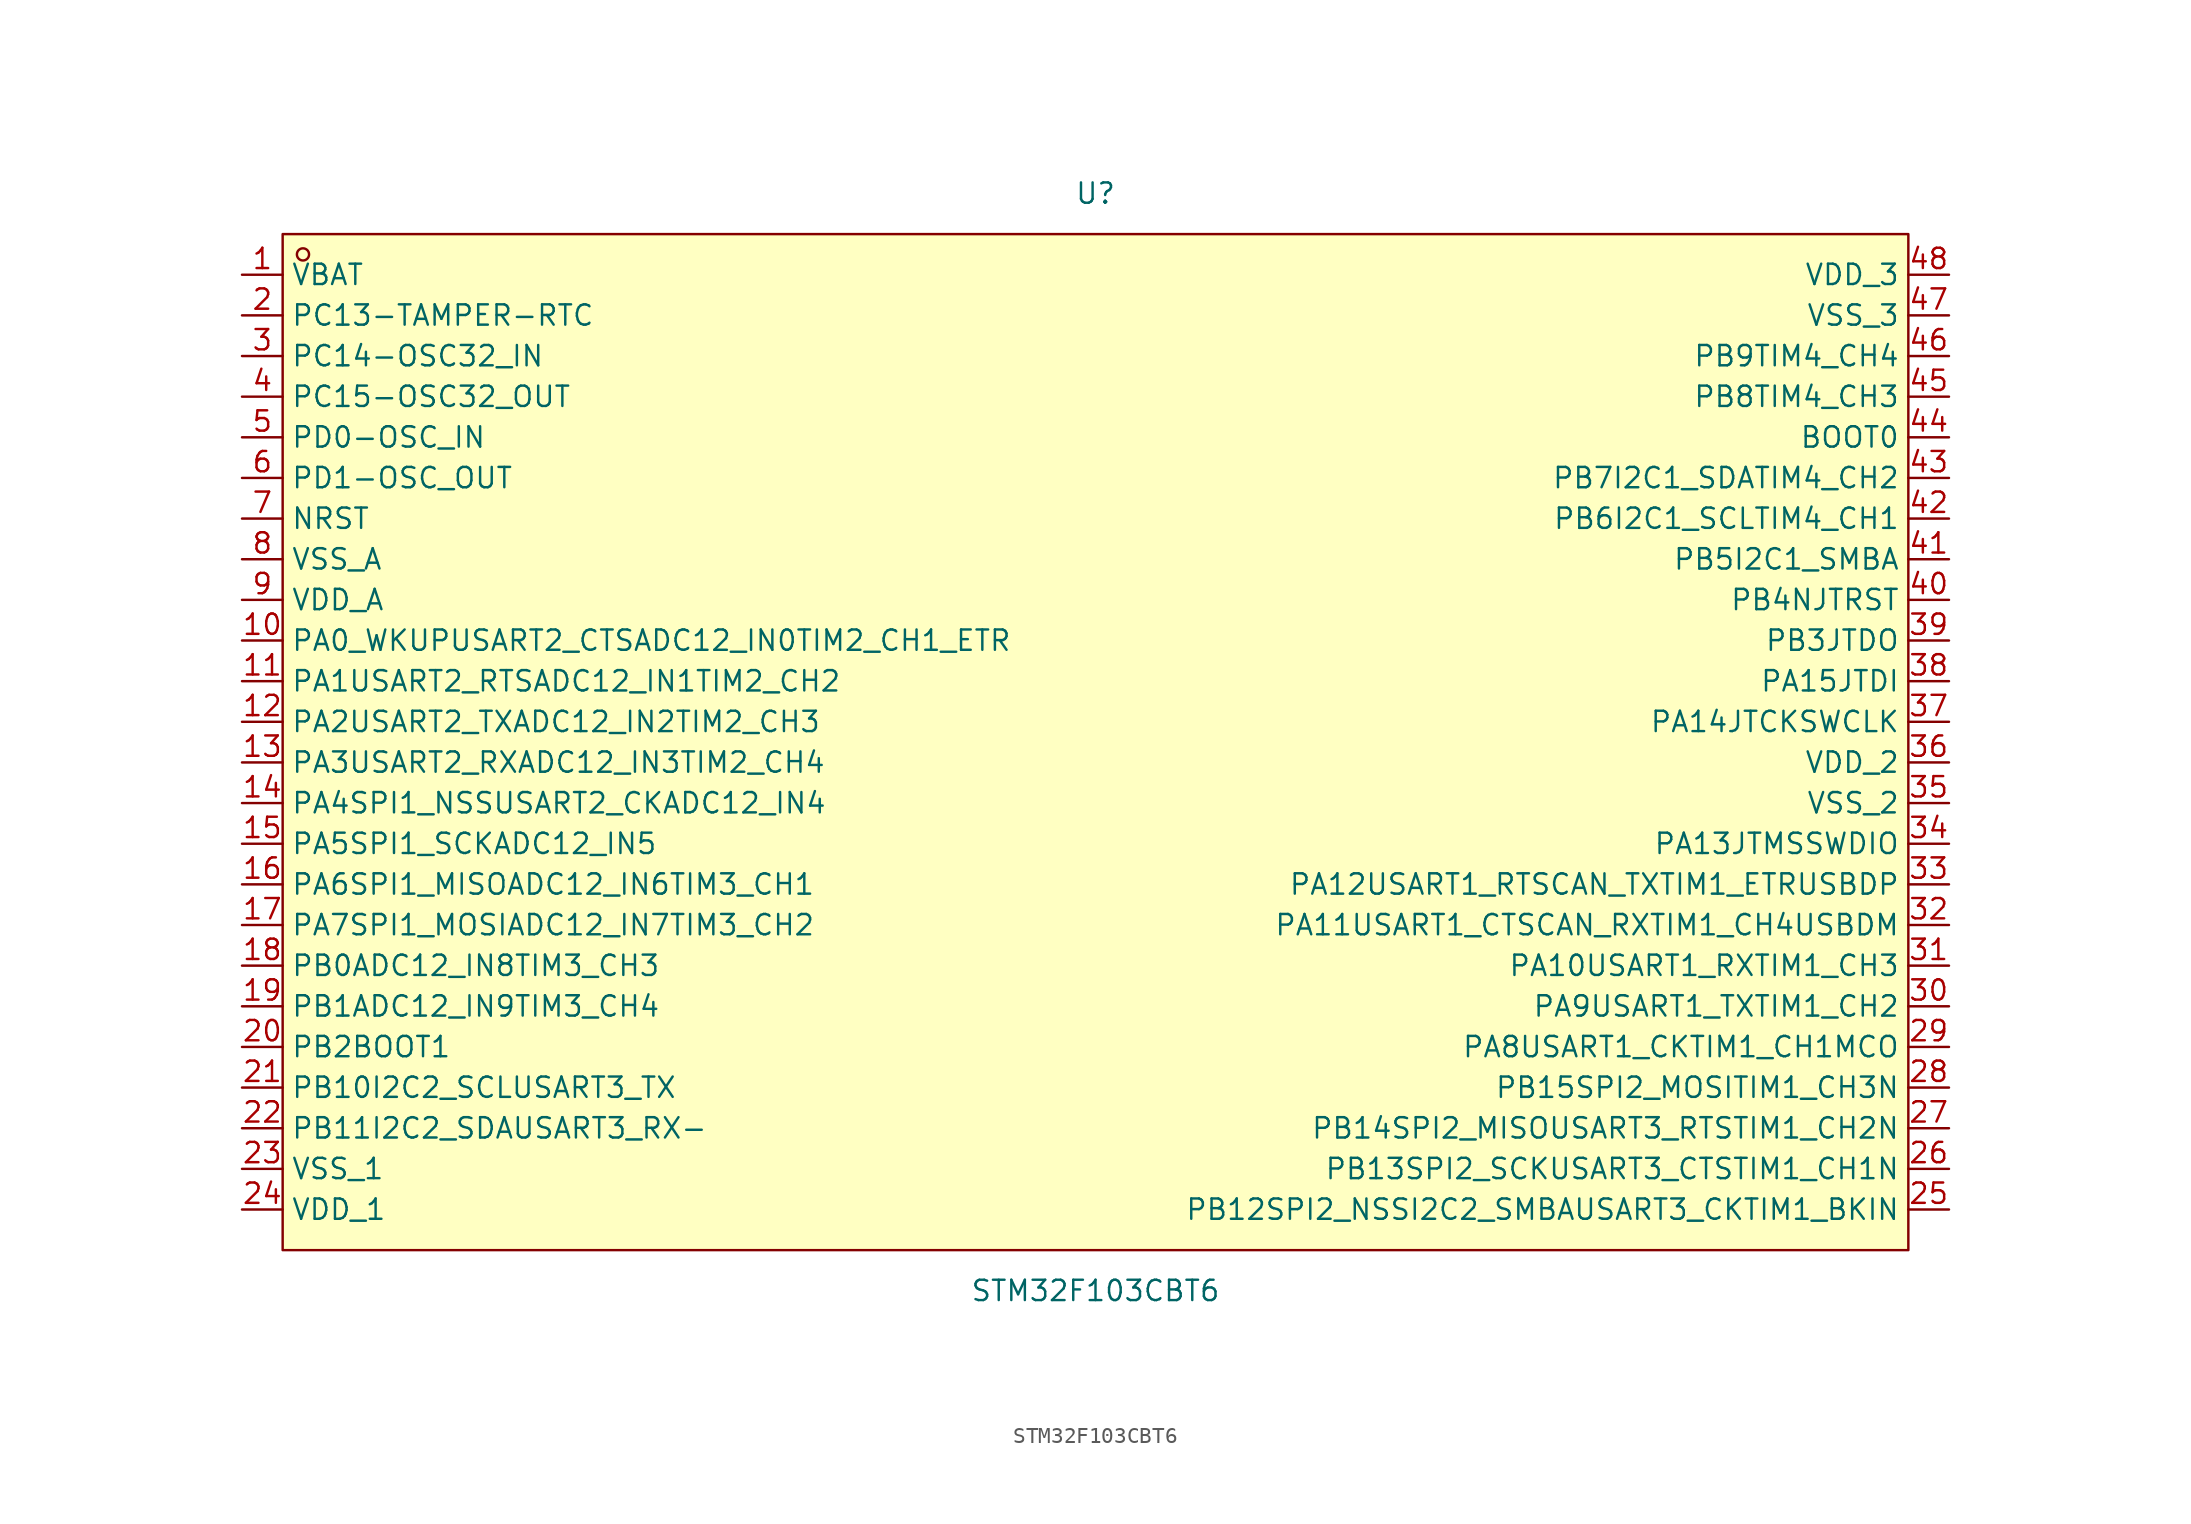
<source format=kicad_sym>
(kicad_symbol_lib
  (version 20211014)
  (generator https://github.com/uPesy/easyeda2kicad.py)
  (symbol "STM32F103CBT6"
    (property "Reference" "U"
      (at 0 34.29 0)
      (effects (font (size 1.27 1.27))))
    (property "Value" "STM32F103CBT6"
      (at 0 -34.29 0)
      (effects (font (size 1.27 1.27))))
    (symbol "STM32F103CBT6_0_1"
      (rectangle (start -50.80 31.75) (end 50.80 -31.75) (stroke (width 0) (type default) (color 0 0 0 0)) (fill (type background)))
      (circle (center -49.53 30.48) (radius 0.38) (stroke (width 0) (type default) (color 0 0 0 0)) (fill (type none)))
      (pin unspecified line (at -53.34 29.21 0) (length 2.54) (name "VBAT" (effects (font (size 1.27 1.27)))) (number "1" (effects (font (size 1.27 1.27)))))
      (pin unspecified line (at -53.34 26.67 0) (length 2.54) (name "PC13-TAMPER-RTC" (effects (font (size 1.27 1.27)))) (number "2" (effects (font (size 1.27 1.27)))))
      (pin unspecified line (at -53.34 24.13 0) (length 2.54) (name "PC14-OSC32_IN" (effects (font (size 1.27 1.27)))) (number "3" (effects (font (size 1.27 1.27)))))
      (pin unspecified line (at -53.34 21.59 0) (length 2.54) (name "PC15-OSC32_OUT" (effects (font (size 1.27 1.27)))) (number "4" (effects (font (size 1.27 1.27)))))
      (pin unspecified line (at -53.34 19.05 0) (length 2.54) (name "PD0-OSC_IN" (effects (font (size 1.27 1.27)))) (number "5" (effects (font (size 1.27 1.27)))))
      (pin unspecified line (at -53.34 16.51 0) (length 2.54) (name "PD1-OSC_OUT" (effects (font (size 1.27 1.27)))) (number "6" (effects (font (size 1.27 1.27)))))
      (pin unspecified line (at -53.34 13.97 0) (length 2.54) (name "NRST" (effects (font (size 1.27 1.27)))) (number "7" (effects (font (size 1.27 1.27)))))
      (pin unspecified line (at -53.34 11.43 0) (length 2.54) (name "VSS_A" (effects (font (size 1.27 1.27)))) (number "8" (effects (font (size 1.27 1.27)))))
      (pin unspecified line (at -53.34 8.89 0) (length 2.54) (name "VDD_A" (effects (font (size 1.27 1.27)))) (number "9" (effects (font (size 1.27 1.27)))))
      (pin unspecified line (at -53.34 6.35 0) (length 2.54) (name "PA0_WKUPUSART2_CTSADC12_IN0TIM2_CH1_ETR" (effects (font (size 1.27 1.27)))) (number "10" (effects (font (size 1.27 1.27)))))
      (pin unspecified line (at -53.34 3.81 0) (length 2.54) (name "PA1USART2_RTSADC12_IN1TIM2_CH2" (effects (font (size 1.27 1.27)))) (number "11" (effects (font (size 1.27 1.27)))))
      (pin unspecified line (at -53.34 1.27 0) (length 2.54) (name "PA2USART2_TXADC12_IN2TIM2_CH3" (effects (font (size 1.27 1.27)))) (number "12" (effects (font (size 1.27 1.27)))))
      (pin unspecified line (at -53.34 -1.27 0) (length 2.54) (name "PA3USART2_RXADC12_IN3TIM2_CH4" (effects (font (size 1.27 1.27)))) (number "13" (effects (font (size 1.27 1.27)))))
      (pin unspecified line (at -53.34 -3.81 0) (length 2.54) (name "PA4SPI1_NSSUSART2_CKADC12_IN4" (effects (font (size 1.27 1.27)))) (number "14" (effects (font (size 1.27 1.27)))))
      (pin unspecified line (at -53.34 -6.35 0) (length 2.54) (name "PA5SPI1_SCKADC12_IN5" (effects (font (size 1.27 1.27)))) (number "15" (effects (font (size 1.27 1.27)))))
      (pin unspecified line (at -53.34 -8.89 0) (length 2.54) (name "PA6SPI1_MISOADC12_IN6TIM3_CH1" (effects (font (size 1.27 1.27)))) (number "16" (effects (font (size 1.27 1.27)))))
      (pin unspecified line (at -53.34 -11.43 0) (length 2.54) (name "PA7SPI1_MOSIADC12_IN7TIM3_CH2" (effects (font (size 1.27 1.27)))) (number "17" (effects (font (size 1.27 1.27)))))
      (pin unspecified line (at -53.34 -13.97 0) (length 2.54) (name "PB0ADC12_IN8TIM3_CH3" (effects (font (size 1.27 1.27)))) (number "18" (effects (font (size 1.27 1.27)))))
      (pin unspecified line (at -53.34 -16.51 0) (length 2.54) (name "PB1ADC12_IN9TIM3_CH4" (effects (font (size 1.27 1.27)))) (number "19" (effects (font (size 1.27 1.27)))))
      (pin unspecified line (at -53.34 -19.05 0) (length 2.54) (name "PB2BOOT1" (effects (font (size 1.27 1.27)))) (number "20" (effects (font (size 1.27 1.27)))))
      (pin unspecified line (at -53.34 -21.59 0) (length 2.54) (name "PB10I2C2_SCLUSART3_TX" (effects (font (size 1.27 1.27)))) (number "21" (effects (font (size 1.27 1.27)))))
      (pin unspecified line (at -53.34 -24.13 0) (length 2.54) (name "PB11I2C2_SDAUSART3_RX-" (effects (font (size 1.27 1.27)))) (number "22" (effects (font (size 1.27 1.27)))))
      (pin unspecified line (at -53.34 -26.67 0) (length 2.54) (name "VSS_1" (effects (font (size 1.27 1.27)))) (number "23" (effects (font (size 1.27 1.27)))))
      (pin unspecified line (at -53.34 -29.21 0) (length 2.54) (name "VDD_1" (effects (font (size 1.27 1.27)))) (number "24" (effects (font (size 1.27 1.27)))))
      (pin unspecified line (at 53.34 -29.21 180) (length 2.54) (name "PB12SPI2_NSSI2C2_SMBAUSART3_CKTIM1_BKIN" (effects (font (size 1.27 1.27)))) (number "25" (effects (font (size 1.27 1.27)))))
      (pin unspecified line (at 53.34 -26.67 180) (length 2.54) (name "PB13SPI2_SCKUSART3_CTSTIM1_CH1N" (effects (font (size 1.27 1.27)))) (number "26" (effects (font (size 1.27 1.27)))))
      (pin unspecified line (at 53.34 -24.13 180) (length 2.54) (name "PB14SPI2_MISOUSART3_RTSTIM1_CH2N" (effects (font (size 1.27 1.27)))) (number "27" (effects (font (size 1.27 1.27)))))
      (pin unspecified line (at 53.34 -21.59 180) (length 2.54) (name "PB15SPI2_MOSITIM1_CH3N" (effects (font (size 1.27 1.27)))) (number "28" (effects (font (size 1.27 1.27)))))
      (pin unspecified line (at 53.34 -19.05 180) (length 2.54) (name "PA8USART1_CKTIM1_CH1MCO" (effects (font (size 1.27 1.27)))) (number "29" (effects (font (size 1.27 1.27)))))
      (pin unspecified line (at 53.34 -16.51 180) (length 2.54) (name "PA9USART1_TXTIM1_CH2" (effects (font (size 1.27 1.27)))) (number "30" (effects (font (size 1.27 1.27)))))
      (pin unspecified line (at 53.34 -13.97 180) (length 2.54) (name "PA10USART1_RXTIM1_CH3" (effects (font (size 1.27 1.27)))) (number "31" (effects (font (size 1.27 1.27)))))
      (pin unspecified line (at 53.34 -11.43 180) (length 2.54) (name "PA11USART1_CTSCAN_RXTIM1_CH4USBDM" (effects (font (size 1.27 1.27)))) (number "32" (effects (font (size 1.27 1.27)))))
      (pin unspecified line (at 53.34 -8.89 180) (length 2.54) (name "PA12USART1_RTSCAN_TXTIM1_ETRUSBDP" (effects (font (size 1.27 1.27)))) (number "33" (effects (font (size 1.27 1.27)))))
      (pin unspecified line (at 53.34 -6.35 180) (length 2.54) (name "PA13JTMSSWDIO" (effects (font (size 1.27 1.27)))) (number "34" (effects (font (size 1.27 1.27)))))
      (pin unspecified line (at 53.34 -3.81 180) (length 2.54) (name "VSS_2" (effects (font (size 1.27 1.27)))) (number "35" (effects (font (size 1.27 1.27)))))
      (pin unspecified line (at 53.34 -1.27 180) (length 2.54) (name "VDD_2" (effects (font (size 1.27 1.27)))) (number "36" (effects (font (size 1.27 1.27)))))
      (pin unspecified line (at 53.34 1.27 180) (length 2.54) (name "PA14JTCKSWCLK" (effects (font (size 1.27 1.27)))) (number "37" (effects (font (size 1.27 1.27)))))
      (pin unspecified line (at 53.34 3.81 180) (length 2.54) (name "PA15JTDI" (effects (font (size 1.27 1.27)))) (number "38" (effects (font (size 1.27 1.27)))))
      (pin unspecified line (at 53.34 6.35 180) (length 2.54) (name "PB3JTDO" (effects (font (size 1.27 1.27)))) (number "39" (effects (font (size 1.27 1.27)))))
      (pin unspecified line (at 53.34 8.89 180) (length 2.54) (name "PB4NJTRST" (effects (font (size 1.27 1.27)))) (number "40" (effects (font (size 1.27 1.27)))))
      (pin unspecified line (at 53.34 11.43 180) (length 2.54) (name "PB5I2C1_SMBA" (effects (font (size 1.27 1.27)))) (number "41" (effects (font (size 1.27 1.27)))))
      (pin unspecified line (at 53.34 13.97 180) (length 2.54) (name "PB6I2C1_SCLTIM4_CH1" (effects (font (size 1.27 1.27)))) (number "42" (effects (font (size 1.27 1.27)))))
      (pin unspecified line (at 53.34 16.51 180) (length 2.54) (name "PB7I2C1_SDATIM4_CH2" (effects (font (size 1.27 1.27)))) (number "43" (effects (font (size 1.27 1.27)))))
      (pin unspecified line (at 53.34 19.05 180) (length 2.54) (name "BOOT0" (effects (font (size 1.27 1.27)))) (number "44" (effects (font (size 1.27 1.27)))))
      (pin unspecified line (at 53.34 21.59 180) (length 2.54) (name "PB8TIM4_CH3" (effects (font (size 1.27 1.27)))) (number "45" (effects (font (size 1.27 1.27)))))
      (pin unspecified line (at 53.34 24.13 180) (length 2.54) (name "PB9TIM4_CH4" (effects (font (size 1.27 1.27)))) (number "46" (effects (font (size 1.27 1.27)))))
      (pin unspecified line (at 53.34 26.67 180) (length 2.54) (name "VSS_3" (effects (font (size 1.27 1.27)))) (number "47" (effects (font (size 1.27 1.27)))))
      (pin unspecified line (at 53.34 29.21 180) (length 2.54) (name "VDD_3" (effects (font (size 1.27 1.27)))) (number "48" (effects (font (size 1.27 1.27))))))))
</source>
